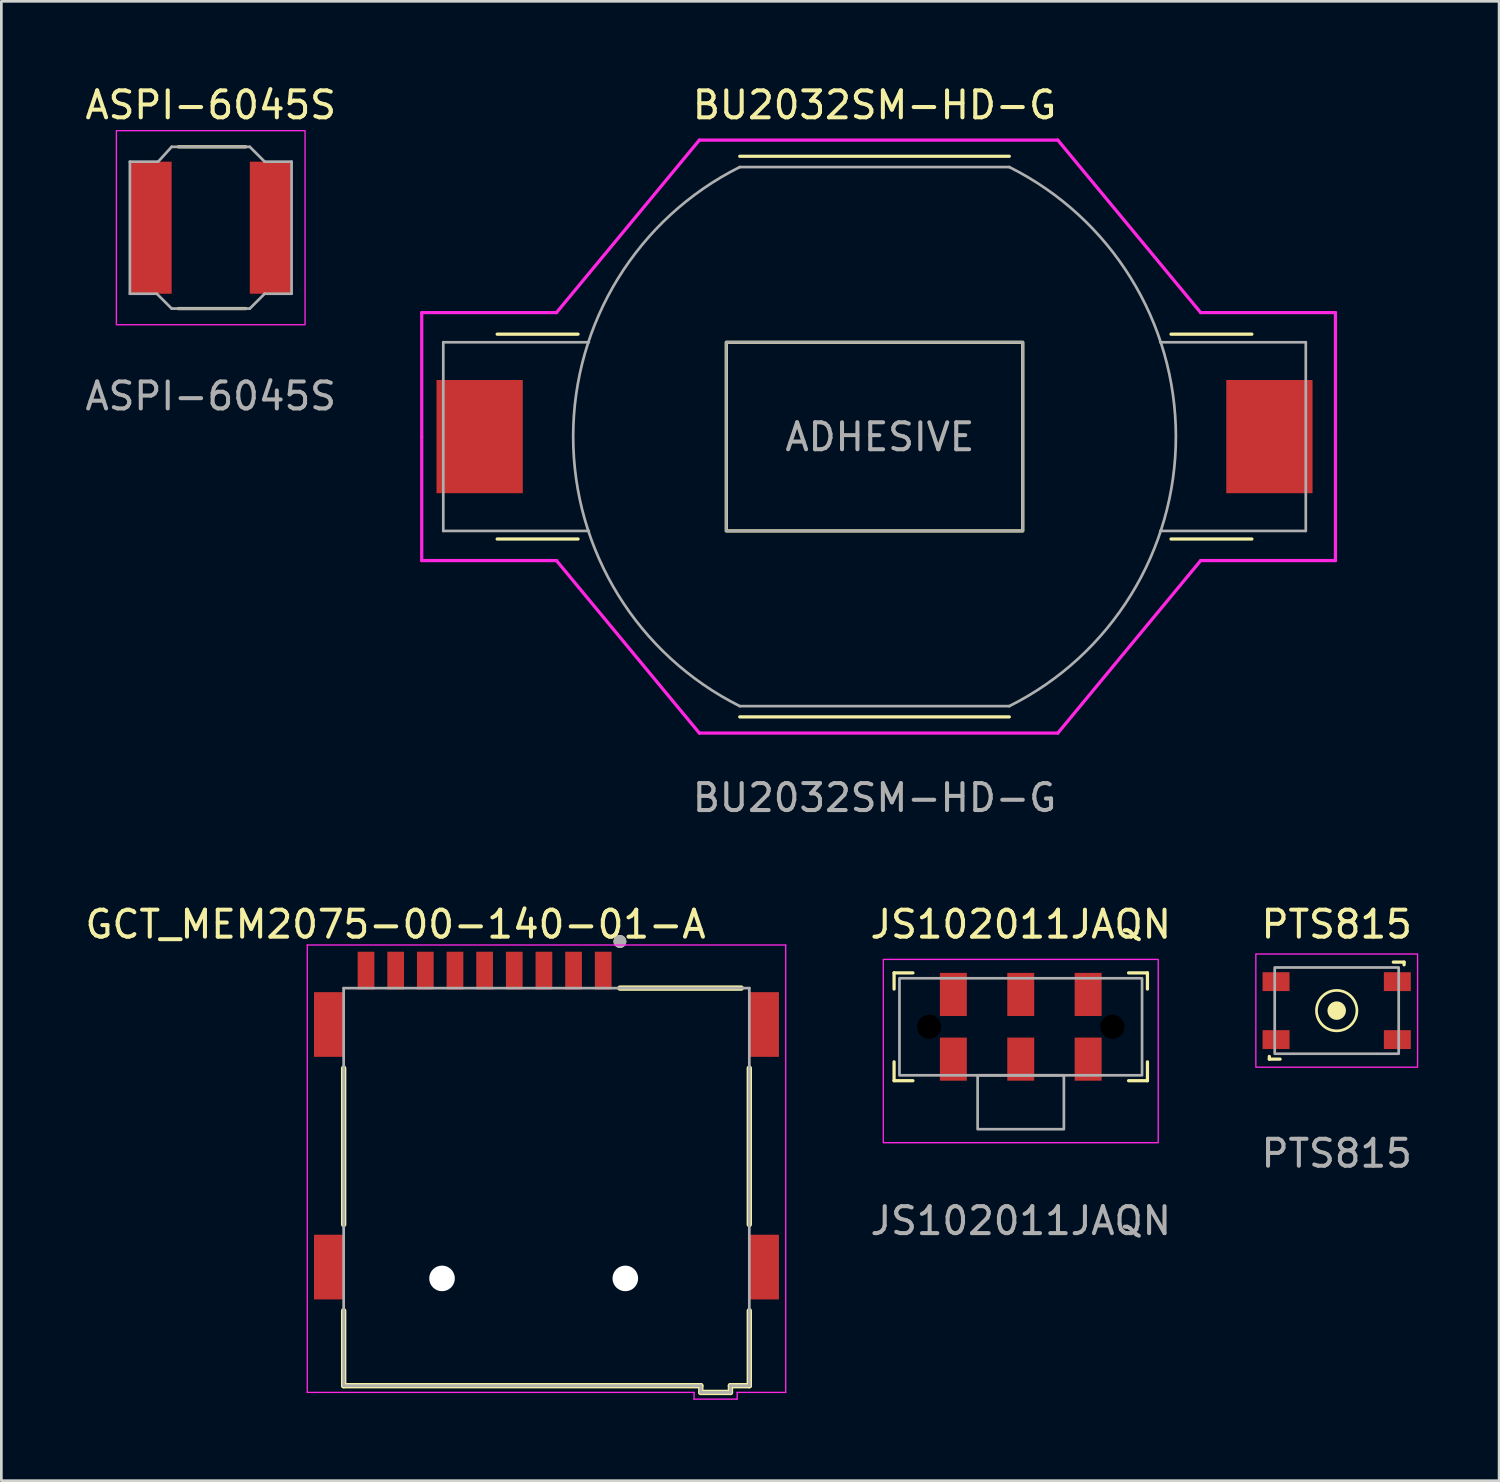
<source format=kicad_pcb>
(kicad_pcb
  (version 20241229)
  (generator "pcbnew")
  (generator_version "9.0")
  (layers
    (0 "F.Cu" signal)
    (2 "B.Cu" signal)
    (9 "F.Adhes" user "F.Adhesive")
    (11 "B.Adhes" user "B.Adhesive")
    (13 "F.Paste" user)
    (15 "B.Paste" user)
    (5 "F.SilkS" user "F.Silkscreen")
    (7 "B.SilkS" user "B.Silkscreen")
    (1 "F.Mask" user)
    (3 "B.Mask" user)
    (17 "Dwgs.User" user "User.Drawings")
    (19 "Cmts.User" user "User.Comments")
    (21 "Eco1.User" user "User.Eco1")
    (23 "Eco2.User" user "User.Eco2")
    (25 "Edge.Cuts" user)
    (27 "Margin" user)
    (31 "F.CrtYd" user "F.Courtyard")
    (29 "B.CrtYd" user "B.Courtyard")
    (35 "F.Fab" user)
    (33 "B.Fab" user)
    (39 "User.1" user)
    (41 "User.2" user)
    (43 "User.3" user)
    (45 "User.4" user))
  (footprint "GCT_MEM2075-00-140-01-A"
    (layer "F.Cu")
    (at 16.75 44.38)
    (property "Reference" "GCT_MEM2075-00-140-01-A" (at -5.125 -13.135 0) (layer "F.SilkS") (effects (font (size 1 1) (thickness 0.15))))
    (attr smd)
    (fp_line (start -7.05 -2) (end -7.05 -7.8) (stroke (width 0.2) (type solid)) (layer "F.SilkS"))
    (fp_line (start -7.05 3.98) (end -7.05 1.2) (stroke (width 0.2) (type solid)) (layer "F.SilkS"))
    (fp_line (start -7.05 3.98) (end 6.2 3.98) (stroke (width 0.2) (type solid)) (layer "F.SilkS"))
    (fp_line (start 3.2 -10.77) (end 7.7 -10.77) (stroke (width 0.2) (type solid)) (layer "F.SilkS"))
    (fp_line (start 6.2 3.98) (end 6.2 4.23) (stroke (width 0.2) (type solid)) (layer "F.SilkS"))
    (fp_line (start 6.2 4.23) (end 7.3 4.23) (stroke (width 0.2) (type solid)) (layer "F.SilkS"))
    (fp_line (start 7.3 3.98) (end 8 3.98) (stroke (width 0.2) (type solid)) (layer "F.SilkS"))
    (fp_line (start 7.3 4.23) (end 7.3 3.98) (stroke (width 0.2) (type solid)) (layer "F.SilkS"))
    (fp_line (start 8 -2) (end 8 -7.8) (stroke (width 0.2) (type solid)) (layer "F.SilkS"))
    (fp_line (start 8 3.98) (end 8 1.2) (stroke (width 0.2) (type solid)) (layer "F.SilkS"))
    (fp_circle (center 3.2 -12.5) (end 3.32 -12.5) (stroke (width 0.24) (type solid)) (fill no) (layer "F.SilkS"))
    (fp_line (start -8.4 -12.37) (end 9.35 -12.37) (stroke (width 0.05) (type solid)) (layer "F.CrtYd"))
    (fp_line (start -8.4 4.23) (end -8.4 -12.37) (stroke (width 0.05) (type solid)) (layer "F.CrtYd"))
    (fp_line (start -8.4 4.23) (end 5.95 4.23) (stroke (width 0.05) (type solid)) (layer "F.CrtYd"))
    (fp_line (start 5.95 4.23) (end 5.95 4.48) (stroke (width 0.05) (type solid)) (layer "F.CrtYd"))
    (fp_line (start 5.95 4.48) (end 7.55 4.48) (stroke (width 0.05) (type solid)) (layer "F.CrtYd"))
    (fp_line (start 7.55 4.23) (end 9.35 4.23) (stroke (width 0.05) (type solid)) (layer "F.CrtYd"))
    (fp_line (start 7.55 4.48) (end 7.55 4.23) (stroke (width 0.05) (type solid)) (layer "F.CrtYd"))
    (fp_line (start 9.35 -12.37) (end 9.35 4.23) (stroke (width 0.05) (type solid)) (layer "F.CrtYd"))
    (fp_line (start -7.05 -10.77) (end 8 -10.77) (stroke (width 0.1) (type solid)) (layer "F.Fab"))
    (fp_line (start -7.05 3.98) (end -7.05 -10.77) (stroke (width 0.1) (type solid)) (layer "F.Fab"))
    (fp_line (start -7.05 3.98) (end 6.2 3.98) (stroke (width 0.1) (type solid)) (layer "F.Fab"))
    (fp_line (start 6.2 3.98) (end 6.2 4.23) (stroke (width 0.1) (type solid)) (layer "F.Fab"))
    (fp_line (start 6.2 4.23) (end 7.3 4.23) (stroke (width 0.1) (type solid)) (layer "F.Fab"))
    (fp_line (start 7.3 3.98) (end 8 3.98) (stroke (width 0.1) (type solid)) (layer "F.Fab"))
    (fp_line (start 7.3 4.23) (end 7.3 3.98) (stroke (width 0.1) (type solid)) (layer "F.Fab"))
    (fp_line (start 8 3.98) (end 8 -10.77) (stroke (width 0.1) (type solid)) (layer "F.Fab"))
    (fp_circle (center 3.2 -12.5) (end 3.32 -12.5) (stroke (width 0.24) (type solid)) (fill no) (layer "F.Fab"))
    (pad "" np_thru_hole circle (at -3.4 0) (size 0.95 0.95) (drill 0.95) (layers "*.Cu" "*.Mask"))
    (pad "" np_thru_hole circle (at 3.4 0) (size 0.95 0.95) (drill 0.95) (layers "*.Cu" "*.Mask"))
    (pad "1" smd rect (at 2.58 -11.42) (size 0.62 1.4) (layers "F.Cu" "F.Mask" "F.Paste"))
    (pad "2" smd rect (at 1.48 -11.42) (size 0.62 1.4) (layers "F.Cu" "F.Mask" "F.Paste"))
    (pad "3" smd rect (at 0.38 -11.42) (size 0.62 1.4) (layers "F.Cu" "F.Mask" "F.Paste"))
    (pad "4" smd rect (at -0.72 -11.42) (size 0.62 1.4) (layers "F.Cu" "F.Mask" "F.Paste"))
    (pad "5" smd rect (at -1.82 -11.42) (size 0.62 1.4) (layers "F.Cu" "F.Mask" "F.Paste"))
    (pad "6" smd rect (at -2.92 -11.42) (size 0.62 1.4) (layers "F.Cu" "F.Mask" "F.Paste"))
    (pad "7" smd rect (at -4.02 -11.42) (size 0.62 1.4) (layers "F.Cu" "F.Mask" "F.Paste"))
    (pad "8" smd rect (at -5.12 -11.42) (size 0.62 1.4) (layers "F.Cu" "F.Mask" "F.Paste"))
    (pad "9" smd rect (at -7.6 -9.42) (size 1.1 2.4) (layers "F.Cu" "F.Mask" "F.Paste"))
    (pad "9" smd rect (at -7.6 -0.42) (size 1.1 2.4) (layers "F.Cu" "F.Mask" "F.Paste"))
    (pad "9" smd rect (at 8.55 -9.42) (size 1.1 2.4) (layers "F.Cu" "F.Mask" "F.Paste"))
    (pad "9" smd rect (at 8.55 -0.42) (size 1.1 2.4) (layers "F.Cu" "F.Mask" "F.Paste"))
    (pad "10" smd rect (at -6.22 -11.42) (size 0.62 1.4) (layers "F.Cu" "F.Mask" "F.Paste"))
    (zone (net_name "") (layer "F.Cu") (hatch full 0.508) (connect_pads) (min_thickness 0.01) (filled_areas_thickness no) (keepout (tracks not_allowed) (vias not_allowed) (pads not_allowed) (copperpour not_allowed) (footprints allowed)) (placement (enabled no)) (fill) (polygon (pts (xy 9.7 36.46) (xy 19.9 36.46) (xy 19.9 40.51) (xy 9.7 40.51))))
    (zone (net_name "") (layers "F.Cu" "B.Cu") (hatch full 0.508) (connect_pads) (min_thickness 0.01) (filled_areas_thickness no) (keepout (tracks allowed) (vias not_allowed) (pads allowed) (copperpour allowed) (footprints allowed)) (placement (enabled no)) (fill) (polygon (pts (xy 9.7 36.46) (xy 19.9 36.46) (xy 19.9 40.51) (xy 9.7 40.51)))))
  (footprint "ASPI-6045S"
    (layer "F.Cu")
    (at 4.768 5.398)
    (property "Reference" "ASPI-6045S" (at 0 -4.55 0) (unlocked yes) (layer "F.SilkS") (effects (font (size 1 1) (thickness 0.15))))
    (attr smd)
    (fp_line (start -1.2 3) (end 1.3 3) (stroke (width 0.12) (type default)) (layer "F.SilkS"))
    (fp_line (start 1.3 -3) (end -1.2 -3) (stroke (width 0.12) (type default)) (layer "F.SilkS"))
    (fp_rect (start -3.5 -3.6) (end 3.5 3.6) (stroke (width 0.05) (type default)) (fill no) (layer "F.CrtYd"))
    (fp_line (start -3 2.45) (end -3 -2.45) (stroke (width 0.1) (type default)) (layer "F.Fab"))
    (fp_line (start -3 2.45) (end -2 2.45) (stroke (width 0.1) (type default)) (layer "F.Fab"))
    (fp_line (start -2 2.45) (end -1.45 3) (stroke (width 0.1) (type default)) (layer "F.Fab"))
    (fp_line (start -1.95 -2.45) (end -3 -2.45) (stroke (width 0.1) (type default)) (layer "F.Fab"))
    (fp_line (start -1.45 -3) (end -1.95 -2.45) (stroke (width 0.1) (type default)) (layer "F.Fab"))
    (fp_line (start -1.45 -3) (end 1.45 -3) (stroke (width 0.1) (type default)) (layer "F.Fab"))
    (fp_line (start -1.45 3) (end 1.45 3) (stroke (width 0.1) (type default)) (layer "F.Fab"))
    (fp_line (start 1.45 -3) (end 2 -2.45) (stroke (width 0.1) (type default)) (layer "F.Fab"))
    (fp_line (start 2 -2.45) (end 3 -2.45) (stroke (width 0.1) (type default)) (layer "F.Fab"))
    (fp_line (start 2 2.45) (end 1.45 3) (stroke (width 0.1) (type default)) (layer "F.Fab"))
    (fp_line (start 3 -2.45) (end 3 2.45) (stroke (width 0.1) (type default)) (layer "F.Fab"))
    (fp_line (start 3 2.45) (end 2 2.45) (stroke (width 0.1) (type default)) (layer "F.Fab"))
    (fp_text user "${REFERENCE}" (at 0 6.25 0) (unlocked yes) (layer "F.Fab") (effects (font (size 1 1) (thickness 0.15))))
    (pad "1" smd rect (at -2.225 0 90) (size 4.9 1.55) (layers "F.Cu" "F.Mask" "F.Paste"))
    (pad "2" smd rect (at 2.225 0 90) (size 4.9 1.55) (layers "F.Cu" "F.Mask" "F.Paste")))
  (footprint "BU2032SM-HD-G"
    (layer "F.Cu")
    (at 29.396 13.148)
    (property "Reference" "BU2032SM-HD-G" (at 0 -12.3 0) (unlocked yes) (layer "F.SilkS") (effects (font (size 1 1) (thickness 0.15))))
    (attr smd)
    (fp_line (start -11 -3.8) (end -14 -3.8) (stroke (width 0.12) (type default)) (layer "F.SilkS"))
    (fp_line (start -11 3.8) (end -14 3.8) (stroke (width 0.12) (type default)) (layer "F.SilkS"))
    (fp_line (start -5 -10.4) (end 5 -10.4) (stroke (width 0.12) (type default)) (layer "F.SilkS"))
    (fp_line (start -5 10.4) (end 5 10.4) (stroke (width 0.12) (type default)) (layer "F.SilkS"))
    (fp_line (start 11 -3.8) (end 14 -3.8) (stroke (width 0.12) (type default)) (layer "F.SilkS"))
    (fp_line (start 11 3.8) (end 14 3.8) (stroke (width 0.12) (type default)) (layer "F.SilkS"))
    (fp_rect (start -5.5 -3.5) (end 5.5 3.5) (stroke (width 0.12) (type default)) (fill no) (layer "F.SilkS"))
    (fp_line (start -16.8 -4.6) (end -11.8 -4.6) (stroke (width 0.12) (type default)) (layer "F.CrtYd"))
    (fp_line (start -16.8 0) (end -16.8 -4.6) (stroke (width 0.12) (type default)) (layer "F.CrtYd"))
    (fp_line (start -16.8 0) (end -16.8 4.6) (stroke (width 0.12) (type default)) (layer "F.CrtYd"))
    (fp_line (start -16.8 4.6) (end -11.8 4.6) (stroke (width 0.12) (type default)) (layer "F.CrtYd"))
    (fp_line (start -11.8 -4.6) (end -6.5 -11) (stroke (width 0.12) (type default)) (layer "F.CrtYd"))
    (fp_line (start -11.8 4.6) (end -6.5 11) (stroke (width 0.12) (type default)) (layer "F.CrtYd"))
    (fp_line (start -6.5 -11) (end 6.8 -11) (stroke (width 0.12) (type default)) (layer "F.CrtYd"))
    (fp_line (start 6.8 11) (end -6.5 11) (stroke (width 0.12) (type default)) (layer "F.CrtYd"))
    (fp_line (start 12.1 -4.6) (end 6.8 -11) (stroke (width 0.12) (type default)) (layer "F.CrtYd"))
    (fp_line (start 12.1 4.6) (end 6.8 11) (stroke (width 0.12) (type default)) (layer "F.CrtYd"))
    (fp_line (start 17.1 -4.6) (end 12.1 -4.6) (stroke (width 0.12) (type default)) (layer "F.CrtYd"))
    (fp_line (start 17.1 0) (end 17.1 -4.6) (stroke (width 0.12) (type default)) (layer "F.CrtYd"))
    (fp_line (start 17.1 0) (end 17.1 4.6) (stroke (width 0.12) (type default)) (layer "F.CrtYd"))
    (fp_line (start 17.1 4.6) (end 12.1 4.6) (stroke (width 0.12) (type default)) (layer "F.CrtYd"))
    (fp_line (start -16 -3.5) (end -10.6 -3.5) (stroke (width 0.1) (type default)) (layer "F.Fab"))
    (fp_line (start -16 3.5) (end -16 -3.5) (stroke (width 0.1) (type default)) (layer "F.Fab"))
    (fp_line (start -10.6 3.5) (end -16 3.5) (stroke (width 0.1) (type default)) (layer "F.Fab"))
    (fp_line (start -5 -10) (end 5 -10) (stroke (width 0.1) (type default)) (layer "F.Fab"))
    (fp_line (start -5 10) (end 5 10) (stroke (width 0.1) (type default)) (layer "F.Fab"))
    (fp_line (start 10.6 -3.5) (end 16 -3.5) (stroke (width 0.1) (type default)) (layer "F.Fab"))
    (fp_line (start 16 -3.5) (end 16 3.5) (stroke (width 0.1) (type default)) (layer "F.Fab"))
    (fp_line (start 16 3.5) (end 10.6 3.5) (stroke (width 0.1) (type default)) (layer "F.Fab"))
    (fp_rect (start -5.5 -3.5) (end 5.5 3.5) (stroke (width 0.1) (type default)) (fill no) (layer "F.Fab"))
    (fp_arc (start -5 9.999999) (mid -11.180339 0) (end -5 -9.999999) (stroke (width 0.1) (type default)) (layer "F.Fab"))
    (fp_arc (start 5 -9.999999) (mid 11.180339 0) (end 5 9.999999) (stroke (width 0.1) (type default)) (layer "F.Fab"))
    (fp_text user "ADHESIVE" (at -3.4 0.6 0) (unlocked yes) (layer "F.Fab") (effects (font (size 1 1) (thickness 0.15)) (justify left bottom)))
    (fp_text user "${REFERENCE}" (at 0 13.4 0) (unlocked yes) (layer "F.Fab") (effects (font (size 1 1) (thickness 0.15))))
    (pad "1" smd rect (at -14.65 0) (size 3.2 4.2) (layers "F.Cu" "F.Mask" "F.Paste"))
    (pad "2" smd rect (at 14.65 0) (size 3.2 4.2) (layers "F.Cu" "F.Mask" "F.Paste")))
  (footprint "JS102011JAQN"
    (layer "F.Cu")
    (at 34.821 35.045)
    (property "Reference" "JS102011JAQN" (at 0 -3.8 0) (unlocked yes) (layer "F.SilkS") (effects (font (size 1 1) (thickness 0.15))))
    (attr smd)
    (fp_line (start -4.7 -2) (end -4 -2) (stroke (width 0.12) (type default)) (layer "F.SilkS"))
    (fp_line (start -4.7 -1.4) (end -4.7 -2) (stroke (width 0.12) (type default)) (layer "F.SilkS"))
    (fp_line (start -4.7 1.3) (end -4.7 2) (stroke (width 0.12) (type default)) (layer "F.SilkS"))
    (fp_line (start -4.7 2) (end -4 2) (stroke (width 0.12) (type default)) (layer "F.SilkS"))
    (fp_line (start 4.7 -2) (end 4 -2) (stroke (width 0.12) (type default)) (layer "F.SilkS"))
    (fp_line (start 4.7 -2) (end 4.7 -1.4) (stroke (width 0.12) (type default)) (layer "F.SilkS"))
    (fp_line (start 4.7 2) (end 4 2) (stroke (width 0.12) (type default)) (layer "F.SilkS"))
    (fp_line (start 4.7 2) (end 4.7 1.3) (stroke (width 0.12) (type default)) (layer "F.SilkS"))
    (fp_rect (start -5.1 -2.5) (end 5.1 4.3) (stroke (width 0.05) (type default)) (fill no) (layer "F.CrtYd"))
    (fp_rect (start -4.5 -1.8) (end 4.5 1.8) (stroke (width 0.1) (type default)) (fill no) (layer "F.Fab"))
    (fp_rect (start -1.6 1.8) (end 1.6 3.8) (stroke (width 0.1) (type default)) (fill no) (layer "F.Fab"))
    (fp_text user "${REFERENCE}" (at 0 7.2 0) (unlocked yes) (layer "F.Fab") (effects (font (size 1 1) (thickness 0.15))))
    (pad "" np_thru_hole circle (at -3.4 0) (size 0.9 0.9) (drill 0.9) (layers "*.Mask"))
    (pad "" np_thru_hole circle (at 3.4 0) (size 0.9 0.9) (drill 0.9) (layers "*.Mask"))
    (pad "1" smd rect (at -2.5 -1.2) (size 1 1.6) (layers "F.Cu" "F.Mask" "F.Paste"))
    (pad "1" smd rect (at -2.5 1.2) (size 1 1.6) (layers "F.Cu" "F.Mask" "F.Paste"))
    (pad "2" smd rect (at 0 -1.2) (size 1 1.6) (layers "F.Cu" "F.Mask" "F.Paste"))
    (pad "2" smd rect (at 0 1.2) (size 1 1.6) (layers "F.Cu" "F.Mask" "F.Paste"))
    (pad "3" smd rect (at 2.5 -1.2) (size 1 1.6) (layers "F.Cu" "F.Mask" "F.Paste"))
    (pad "3" smd rect (at 2.5 1.2) (size 1 1.6) (layers "F.Cu" "F.Mask" "F.Paste")))
  (footprint "PTS815"
    (layer "F.Cu")
    (at 46.543 34.445)
    (property "Reference" "PTS815" (at 0 -3.2 0) (unlocked yes) (layer "F.SilkS") (effects (font (size 1 1) (thickness 0.15))))
    (attr smd)
    (fp_line (start -2.5 1.7) (end -2.5 1.8) (stroke (width 0.12) (type default)) (layer "F.SilkS"))
    (fp_line (start -2.5 1.8) (end -2.1 1.8) (stroke (width 0.12) (type default)) (layer "F.SilkS"))
    (fp_line (start 2.1 -1.8) (end 2.5 -1.8) (stroke (width 0.12) (type default)) (layer "F.SilkS"))
    (fp_line (start 2.5 -1.8) (end 2.5 -1.7) (stroke (width 0.12) (type default)) (layer "F.SilkS"))
    (fp_circle (center 0 0) (end 0.283 0) (stroke (width 0.12) (type solid)) (fill yes) (layer "F.SilkS"))
    (fp_circle (center 0 0) (end 0.75 0) (stroke (width 0.1) (type default)) (fill no) (layer "F.SilkS"))
    (fp_rect (start -3 -2.1) (end 3 2.1) (stroke (width 0.05) (type default)) (fill no) (layer "F.CrtYd"))
    (fp_rect (start -2.3 -1.6) (end 2.3 1.6) (stroke (width 0.1) (type default)) (fill no) (layer "F.Fab"))
    (fp_text user "${REFERENCE}" (at 0 5.3 0) (unlocked yes) (layer "F.Fab") (effects (font (size 1 1) (thickness 0.15))))
    (pad "1" smd rect (at -2.25 -1.075) (size 1 0.7) (layers "F.Cu" "F.Mask" "F.Paste"))
    (pad "2" smd rect (at 2.25 -1.075) (size 1 0.7) (layers "F.Cu" "F.Mask" "F.Paste"))
    (pad "3" smd rect (at -2.25 1.075) (size 1 0.7) (layers "F.Cu" "F.Mask" "F.Paste"))
    (pad "4" smd rect (at 2.25 1.075) (size 1 0.7) (layers "F.Cu" "F.Mask" "F.Paste")))
  (gr_rect
    (start -3 -3)
    (end 52.568 51.885)
    (stroke (width 0.1) (type default))
    (fill no)
    (layer "Edge.Cuts")))
</source>
